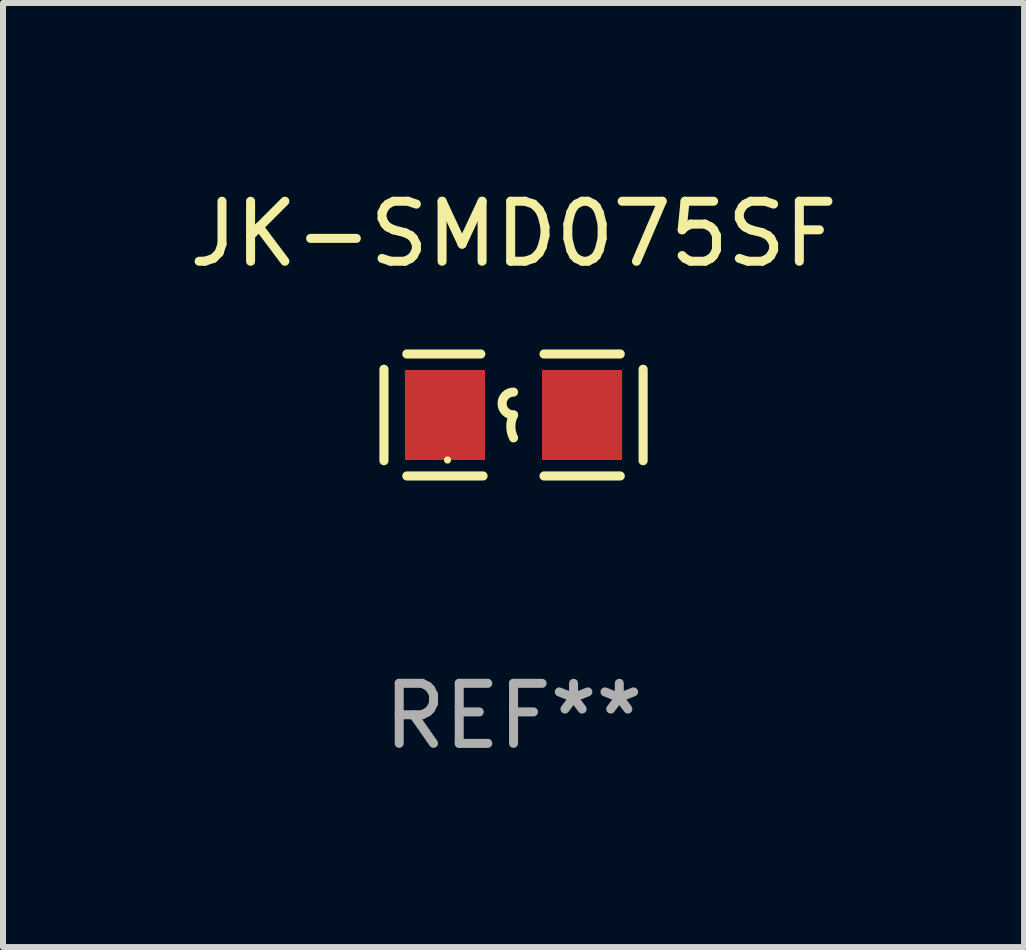
<source format=kicad_pcb>
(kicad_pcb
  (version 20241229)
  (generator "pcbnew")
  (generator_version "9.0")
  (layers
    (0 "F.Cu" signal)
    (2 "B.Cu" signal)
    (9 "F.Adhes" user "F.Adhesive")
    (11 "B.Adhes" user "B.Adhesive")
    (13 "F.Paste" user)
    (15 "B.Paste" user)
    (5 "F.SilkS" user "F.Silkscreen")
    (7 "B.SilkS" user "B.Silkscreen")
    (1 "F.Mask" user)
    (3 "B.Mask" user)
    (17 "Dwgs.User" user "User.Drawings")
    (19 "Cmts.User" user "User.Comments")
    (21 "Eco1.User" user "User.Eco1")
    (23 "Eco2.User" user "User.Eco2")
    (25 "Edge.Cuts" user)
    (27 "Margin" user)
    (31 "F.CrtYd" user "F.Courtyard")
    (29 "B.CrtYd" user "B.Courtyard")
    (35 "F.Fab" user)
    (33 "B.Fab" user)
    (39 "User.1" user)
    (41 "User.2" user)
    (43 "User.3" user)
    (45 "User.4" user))
  (footprint "JK-SMD075SF"
    (layer "F.Cu")
    (at 5.506 3.864)
    (property "Reference" "JK-SMD075SF" (at 0 -3.016 0) (layer "F.SilkS") (effects (font (size 1 1) (thickness 0.15))))
    (attr through_hole)
    (fp_line (start -2.159 -0.762) (end -2.159 0.762) (stroke (width 0.152) (type solid)) (layer "F.SilkS"))
    (fp_line (start -1.778 -1.016) (end -0.545 -1.016) (stroke (width 0.152) (type solid)) (layer "F.SilkS"))
    (fp_line (start -0.508 1.016) (end -1.778 1.016) (stroke (width 0.152) (type solid)) (layer "F.SilkS"))
    (fp_line (start 0.508 1.016) (end 1.778 1.016) (stroke (width 0.152) (type solid)) (layer "F.SilkS"))
    (fp_line (start 1.778 -1.016) (end 0.508 -1.016) (stroke (width 0.152) (type solid)) (layer "F.SilkS"))
    (fp_line (start 2.159 -0.762) (end 2.159 0.762) (stroke (width 0.152) (type solid)) (layer "F.SilkS"))
    (fp_arc (start 0 0) (mid -0.1905 -0.1905) (end 0 -0.381) (stroke (width 0.151994) (type solid)) (layer "F.SilkS"))
    (fp_arc (start 0 0.381001) (mid -0.044971 0.1905) (end 0 0) (stroke (width 0.151994) (type solid)) (layer "F.SilkS"))
    (fp_circle (center -1.1 0.75) (end -1.07 0.75) (stroke (width 0.06) (type solid)) (fill no) (layer "F.SilkS"))
    (fp_text user "REF**" (at 0 5.016 0) (layer "F.Fab") (effects (font (size 1 1) (thickness 0.15))))
    (pad "1" smd rect (at -1.142 0) (size 1.335 1.5) (layers "F.Cu" "F.Mask" "F.Paste"))
    (pad "2" smd rect (at 1.142 0) (size 1.335 1.5) (layers "F.Cu" "F.Mask" "F.Paste")))
  (gr_rect
    (start -3 -3)
    (end 14.012 12.729)
    (stroke (width 0.1) (type default))
    (fill no)
    (layer "Edge.Cuts")))
</source>
